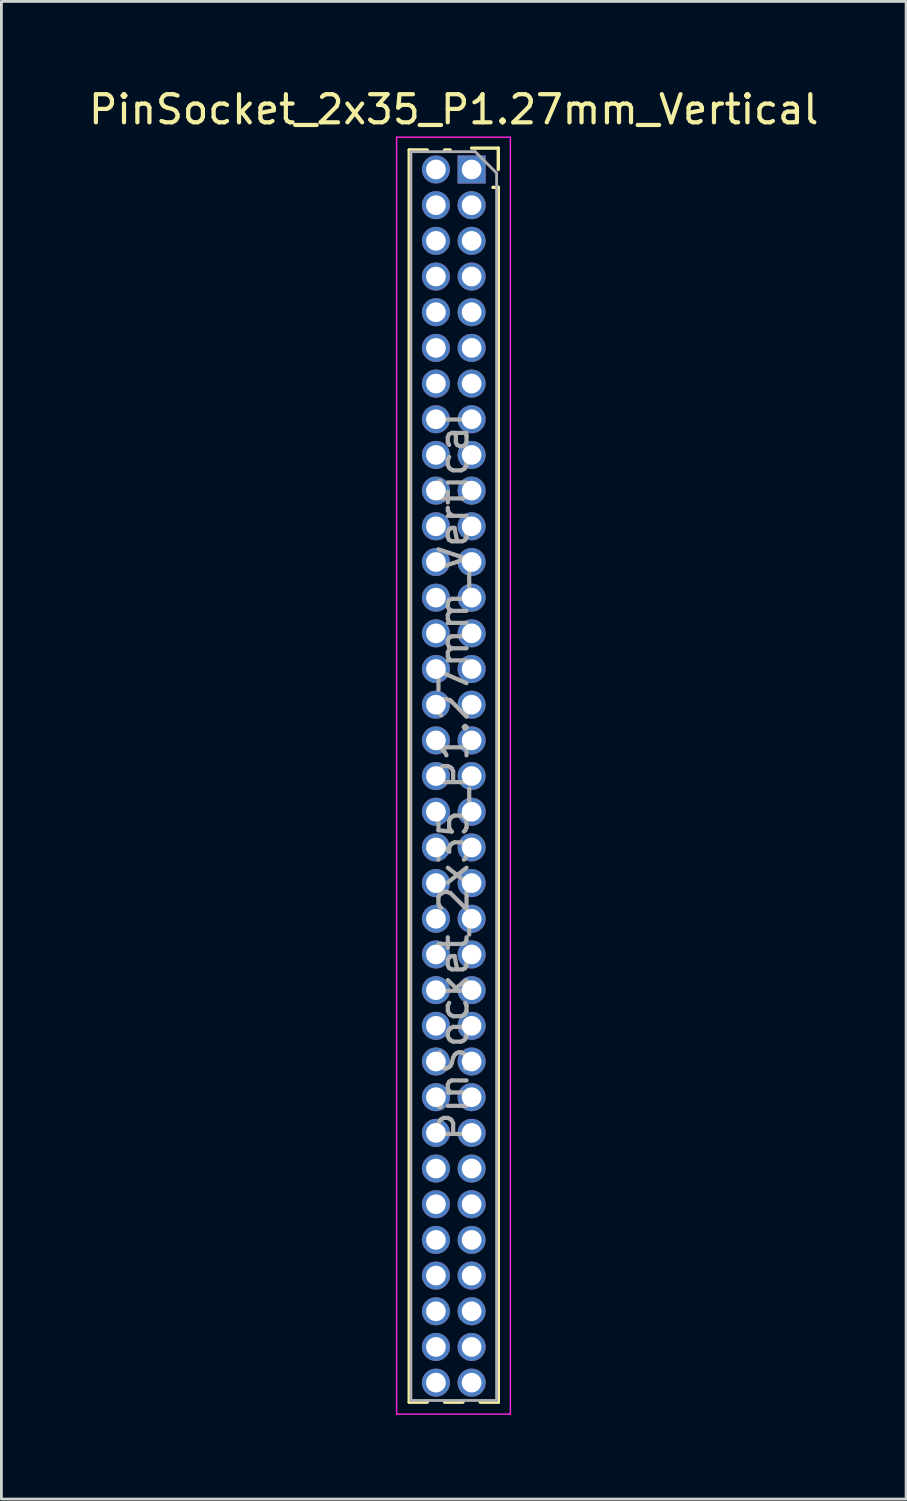
<source format=kicad_pcb>
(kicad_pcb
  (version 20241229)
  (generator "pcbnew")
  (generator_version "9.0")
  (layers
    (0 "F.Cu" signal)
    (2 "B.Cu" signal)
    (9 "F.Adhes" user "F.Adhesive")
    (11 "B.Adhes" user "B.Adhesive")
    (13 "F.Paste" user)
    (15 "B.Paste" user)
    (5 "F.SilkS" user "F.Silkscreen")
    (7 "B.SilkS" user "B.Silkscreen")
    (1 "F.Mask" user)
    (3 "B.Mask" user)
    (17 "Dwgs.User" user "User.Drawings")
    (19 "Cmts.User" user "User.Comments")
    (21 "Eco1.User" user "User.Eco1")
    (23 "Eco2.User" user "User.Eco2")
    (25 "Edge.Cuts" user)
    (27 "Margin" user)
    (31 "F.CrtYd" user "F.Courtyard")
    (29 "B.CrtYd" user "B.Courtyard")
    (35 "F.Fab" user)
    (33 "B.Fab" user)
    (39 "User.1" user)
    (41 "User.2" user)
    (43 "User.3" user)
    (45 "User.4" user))
  (footprint "PinSocket_2x35_P1.27mm_Vertical"
    (layer "F.Cu")
    (at 13.736 2.983)
    (property "Reference" "PinSocket_2x35_P1.27mm_Vertical" (at -0.635 -2.135 0) (layer "F.SilkS") (effects (font (size 1 1) (thickness 0.15))))
    (attr through_hole)
    (fp_line (start -2.22 -0.695) (end -2.22 43.875) (stroke (width 0.12) (type solid)) (layer "F.SilkS"))
    (fp_line (start -2.22 -0.695) (end -1.578 -0.695) (stroke (width 0.12) (type solid)) (layer "F.SilkS"))
    (fp_line (start -2.22 43.875) (end -1.578 43.875) (stroke (width 0.12) (type solid)) (layer "F.SilkS"))
    (fp_line (start -0.962 -0.695) (end -0.76 -0.695) (stroke (width 0.12) (type solid)) (layer "F.SilkS"))
    (fp_line (start -0.962 43.875) (end -0.308 43.875) (stroke (width 0.12) (type solid)) (layer "F.SilkS"))
    (fp_line (start 0 -0.76) (end 0.95 -0.76) (stroke (width 0.12) (type solid)) (layer "F.SilkS"))
    (fp_line (start 0.308 43.875) (end 0.95 43.875) (stroke (width 0.12) (type solid)) (layer "F.SilkS"))
    (fp_line (start 0.76 0.635) (end 0.95 0.635) (stroke (width 0.12) (type solid)) (layer "F.SilkS"))
    (fp_line (start 0.95 -0.76) (end 0.95 0) (stroke (width 0.12) (type solid)) (layer "F.SilkS"))
    (fp_line (start 0.95 0.635) (end 0.95 43.875) (stroke (width 0.12) (type solid)) (layer "F.SilkS"))
    (fp_line (start -2.67 -1.15) (end 1.38 -1.15) (stroke (width 0.05) (type solid)) (layer "F.CrtYd"))
    (fp_line (start -2.67 44.3) (end -2.67 -1.15) (stroke (width 0.05) (type solid)) (layer "F.CrtYd"))
    (fp_line (start 1.38 -1.15) (end 1.38 44.3) (stroke (width 0.05) (type solid)) (layer "F.CrtYd"))
    (fp_line (start 1.38 44.3) (end -2.67 44.3) (stroke (width 0.05) (type solid)) (layer "F.CrtYd"))
    (fp_line (start -2.16 -0.635) (end 0.128 -0.635) (stroke (width 0.1) (type solid)) (layer "F.Fab"))
    (fp_line (start -2.16 43.815) (end -2.16 -0.635) (stroke (width 0.1) (type solid)) (layer "F.Fab"))
    (fp_line (start 0.128 -0.635) (end 0.89 0.128) (stroke (width 0.1) (type solid)) (layer "F.Fab"))
    (fp_line (start 0.89 0.128) (end 0.89 43.815) (stroke (width 0.1) (type solid)) (layer "F.Fab"))
    (fp_line (start 0.89 43.815) (end -2.16 43.815) (stroke (width 0.1) (type solid)) (layer "F.Fab"))
    (fp_text user "${REFERENCE}" (at -0.635 21.59 90) (layer "F.Fab") (effects (font (size 1 1) (thickness 0.15))))
    (pad "1" thru_hole rect (at 0 0) (size 1 1) (drill 0.7) (layers "*.Cu" "*.Mask"))
    (pad "2" thru_hole circle (at -1.27 0) (size 1 1) (drill 0.7) (layers "*.Cu" "*.Mask"))
    (pad "3" thru_hole circle (at 0 1.27) (size 1 1) (drill 0.7) (layers "*.Cu" "*.Mask"))
    (pad "4" thru_hole circle (at -1.27 1.27) (size 1 1) (drill 0.7) (layers "*.Cu" "*.Mask"))
    (pad "5" thru_hole circle (at 0 2.54) (size 1 1) (drill 0.7) (layers "*.Cu" "*.Mask"))
    (pad "6" thru_hole circle (at -1.27 2.54) (size 1 1) (drill 0.7) (layers "*.Cu" "*.Mask"))
    (pad "7" thru_hole circle (at 0 3.81) (size 1 1) (drill 0.7) (layers "*.Cu" "*.Mask"))
    (pad "8" thru_hole circle (at -1.27 3.81) (size 1 1) (drill 0.7) (layers "*.Cu" "*.Mask"))
    (pad "9" thru_hole circle (at 0 5.08) (size 1 1) (drill 0.7) (layers "*.Cu" "*.Mask"))
    (pad "10" thru_hole circle (at -1.27 5.08) (size 1 1) (drill 0.7) (layers "*.Cu" "*.Mask"))
    (pad "11" thru_hole circle (at 0 6.35) (size 1 1) (drill 0.7) (layers "*.Cu" "*.Mask"))
    (pad "12" thru_hole circle (at -1.27 6.35) (size 1 1) (drill 0.7) (layers "*.Cu" "*.Mask"))
    (pad "13" thru_hole circle (at 0 7.62) (size 1 1) (drill 0.7) (layers "*.Cu" "*.Mask"))
    (pad "14" thru_hole circle (at -1.27 7.62) (size 1 1) (drill 0.7) (layers "*.Cu" "*.Mask"))
    (pad "15" thru_hole circle (at 0 8.89) (size 1 1) (drill 0.7) (layers "*.Cu" "*.Mask"))
    (pad "16" thru_hole circle (at -1.27 8.89) (size 1 1) (drill 0.7) (layers "*.Cu" "*.Mask"))
    (pad "17" thru_hole circle (at 0 10.16) (size 1 1) (drill 0.7) (layers "*.Cu" "*.Mask"))
    (pad "18" thru_hole circle (at -1.27 10.16) (size 1 1) (drill 0.7) (layers "*.Cu" "*.Mask"))
    (pad "19" thru_hole circle (at 0 11.43) (size 1 1) (drill 0.7) (layers "*.Cu" "*.Mask"))
    (pad "20" thru_hole circle (at -1.27 11.43) (size 1 1) (drill 0.7) (layers "*.Cu" "*.Mask"))
    (pad "21" thru_hole circle (at 0 12.7) (size 1 1) (drill 0.7) (layers "*.Cu" "*.Mask"))
    (pad "22" thru_hole circle (at -1.27 12.7) (size 1 1) (drill 0.7) (layers "*.Cu" "*.Mask"))
    (pad "23" thru_hole circle (at 0 13.97) (size 1 1) (drill 0.7) (layers "*.Cu" "*.Mask"))
    (pad "24" thru_hole circle (at -1.27 13.97) (size 1 1) (drill 0.7) (layers "*.Cu" "*.Mask"))
    (pad "25" thru_hole circle (at 0 15.24) (size 1 1) (drill 0.7) (layers "*.Cu" "*.Mask"))
    (pad "26" thru_hole circle (at -1.27 15.24) (size 1 1) (drill 0.7) (layers "*.Cu" "*.Mask"))
    (pad "27" thru_hole circle (at 0 16.51) (size 1 1) (drill 0.7) (layers "*.Cu" "*.Mask"))
    (pad "28" thru_hole circle (at -1.27 16.51) (size 1 1) (drill 0.7) (layers "*.Cu" "*.Mask"))
    (pad "29" thru_hole circle (at 0 17.78) (size 1 1) (drill 0.7) (layers "*.Cu" "*.Mask"))
    (pad "30" thru_hole circle (at -1.27 17.78) (size 1 1) (drill 0.7) (layers "*.Cu" "*.Mask"))
    (pad "31" thru_hole circle (at 0 19.05) (size 1 1) (drill 0.7) (layers "*.Cu" "*.Mask"))
    (pad "32" thru_hole circle (at -1.27 19.05) (size 1 1) (drill 0.7) (layers "*.Cu" "*.Mask"))
    (pad "33" thru_hole circle (at 0 20.32) (size 1 1) (drill 0.7) (layers "*.Cu" "*.Mask"))
    (pad "34" thru_hole circle (at -1.27 20.32) (size 1 1) (drill 0.7) (layers "*.Cu" "*.Mask"))
    (pad "35" thru_hole circle (at 0 21.59) (size 1 1) (drill 0.7) (layers "*.Cu" "*.Mask"))
    (pad "36" thru_hole circle (at -1.27 21.59) (size 1 1) (drill 0.7) (layers "*.Cu" "*.Mask"))
    (pad "37" thru_hole circle (at 0 22.86) (size 1 1) (drill 0.7) (layers "*.Cu" "*.Mask"))
    (pad "38" thru_hole circle (at -1.27 22.86) (size 1 1) (drill 0.7) (layers "*.Cu" "*.Mask"))
    (pad "39" thru_hole circle (at 0 24.13) (size 1 1) (drill 0.7) (layers "*.Cu" "*.Mask"))
    (pad "40" thru_hole circle (at -1.27 24.13) (size 1 1) (drill 0.7) (layers "*.Cu" "*.Mask"))
    (pad "41" thru_hole circle (at 0 25.4) (size 1 1) (drill 0.7) (layers "*.Cu" "*.Mask"))
    (pad "42" thru_hole circle (at -1.27 25.4) (size 1 1) (drill 0.7) (layers "*.Cu" "*.Mask"))
    (pad "43" thru_hole circle (at 0 26.67) (size 1 1) (drill 0.7) (layers "*.Cu" "*.Mask"))
    (pad "44" thru_hole circle (at -1.27 26.67) (size 1 1) (drill 0.7) (layers "*.Cu" "*.Mask"))
    (pad "45" thru_hole circle (at 0 27.94) (size 1 1) (drill 0.7) (layers "*.Cu" "*.Mask"))
    (pad "46" thru_hole circle (at -1.27 27.94) (size 1 1) (drill 0.7) (layers "*.Cu" "*.Mask"))
    (pad "47" thru_hole circle (at 0 29.21) (size 1 1) (drill 0.7) (layers "*.Cu" "*.Mask"))
    (pad "48" thru_hole circle (at -1.27 29.21) (size 1 1) (drill 0.7) (layers "*.Cu" "*.Mask"))
    (pad "49" thru_hole circle (at 0 30.48) (size 1 1) (drill 0.7) (layers "*.Cu" "*.Mask"))
    (pad "50" thru_hole circle (at -1.27 30.48) (size 1 1) (drill 0.7) (layers "*.Cu" "*.Mask"))
    (pad "51" thru_hole circle (at 0 31.75) (size 1 1) (drill 0.7) (layers "*.Cu" "*.Mask"))
    (pad "52" thru_hole circle (at -1.27 31.75) (size 1 1) (drill 0.7) (layers "*.Cu" "*.Mask"))
    (pad "53" thru_hole circle (at 0 33.02) (size 1 1) (drill 0.7) (layers "*.Cu" "*.Mask"))
    (pad "54" thru_hole circle (at -1.27 33.02) (size 1 1) (drill 0.7) (layers "*.Cu" "*.Mask"))
    (pad "55" thru_hole circle (at 0 34.29) (size 1 1) (drill 0.7) (layers "*.Cu" "*.Mask"))
    (pad "56" thru_hole circle (at -1.27 34.29) (size 1 1) (drill 0.7) (layers "*.Cu" "*.Mask"))
    (pad "57" thru_hole circle (at 0 35.56) (size 1 1) (drill 0.7) (layers "*.Cu" "*.Mask"))
    (pad "58" thru_hole circle (at -1.27 35.56) (size 1 1) (drill 0.7) (layers "*.Cu" "*.Mask"))
    (pad "59" thru_hole circle (at 0 36.83) (size 1 1) (drill 0.7) (layers "*.Cu" "*.Mask"))
    (pad "60" thru_hole circle (at -1.27 36.83) (size 1 1) (drill 0.7) (layers "*.Cu" "*.Mask"))
    (pad "61" thru_hole circle (at 0 38.1) (size 1 1) (drill 0.7) (layers "*.Cu" "*.Mask"))
    (pad "62" thru_hole circle (at -1.27 38.1) (size 1 1) (drill 0.7) (layers "*.Cu" "*.Mask"))
    (pad "63" thru_hole circle (at 0 39.37) (size 1 1) (drill 0.7) (layers "*.Cu" "*.Mask"))
    (pad "64" thru_hole circle (at -1.27 39.37) (size 1 1) (drill 0.7) (layers "*.Cu" "*.Mask"))
    (pad "65" thru_hole circle (at 0 40.64) (size 1 1) (drill 0.7) (layers "*.Cu" "*.Mask"))
    (pad "66" thru_hole circle (at -1.27 40.64) (size 1 1) (drill 0.7) (layers "*.Cu" "*.Mask"))
    (pad "67" thru_hole circle (at 0 41.91) (size 1 1) (drill 0.7) (layers "*.Cu" "*.Mask"))
    (pad "68" thru_hole circle (at -1.27 41.91) (size 1 1) (drill 0.7) (layers "*.Cu" "*.Mask"))
    (pad "69" thru_hole circle (at 0 43.18) (size 1 1) (drill 0.7) (layers "*.Cu" "*.Mask"))
    (pad "70" thru_hole circle (at -1.27 43.18) (size 1 1) (drill 0.7) (layers "*.Cu" "*.Mask")))
  (gr_rect
    (start -3 -3)
    (end 29.202 50.308)
    (stroke (width 0.1) (type default))
    (fill no)
    (layer "Edge.Cuts")))
</source>
